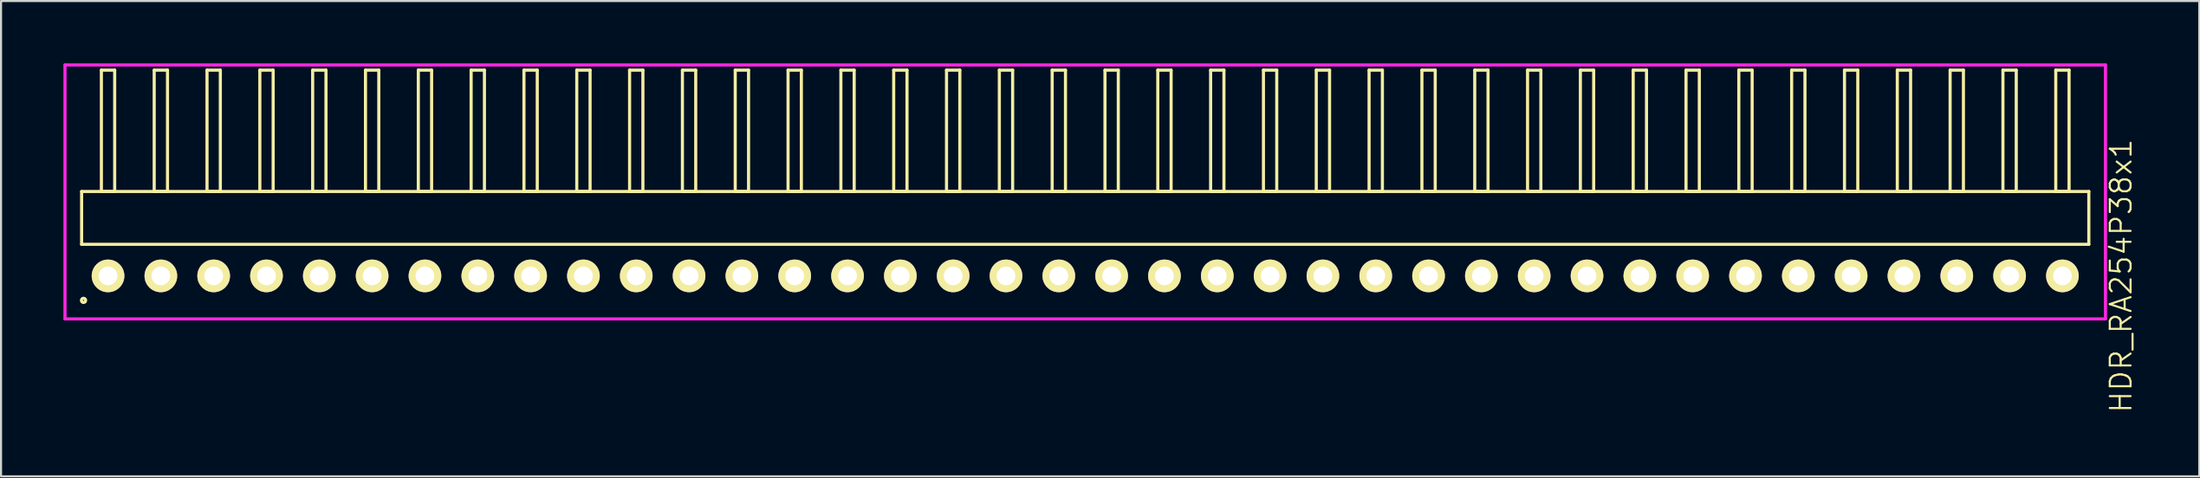
<source format=kicad_pcb>
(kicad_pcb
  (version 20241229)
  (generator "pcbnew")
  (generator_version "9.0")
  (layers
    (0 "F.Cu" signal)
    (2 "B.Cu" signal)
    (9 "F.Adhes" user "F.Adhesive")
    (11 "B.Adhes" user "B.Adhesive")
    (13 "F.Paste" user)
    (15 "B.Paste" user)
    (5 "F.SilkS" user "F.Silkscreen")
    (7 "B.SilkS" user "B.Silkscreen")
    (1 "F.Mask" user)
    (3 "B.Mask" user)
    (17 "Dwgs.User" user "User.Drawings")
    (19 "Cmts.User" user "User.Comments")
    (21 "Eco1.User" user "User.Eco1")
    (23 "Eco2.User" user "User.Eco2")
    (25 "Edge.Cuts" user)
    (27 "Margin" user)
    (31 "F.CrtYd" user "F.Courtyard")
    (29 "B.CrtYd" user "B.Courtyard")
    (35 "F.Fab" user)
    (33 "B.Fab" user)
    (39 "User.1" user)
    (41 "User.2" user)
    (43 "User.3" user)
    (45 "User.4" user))
  (footprint "HDR_RA254P38x1"
    (layer "F.Cu")
    (at 49.135 10.225)
    (property "Reference" "HDR_RA254P38x1" (at 49.81 0 90) (layer "F.SilkS") (effects (font (size 1 1) (thickness 0.1))))
    (attr through_hole)
    (fp_line (start -48.26 -4.06) (end -48.26 -1.52) (stroke (width 0.15) (type solid)) (layer "F.SilkS"))
    (fp_line (start -48.26 -1.52) (end 48.26 -1.52) (stroke (width 0.15) (type solid)) (layer "F.SilkS"))
    (fp_line (start -47.31 -9.9) (end -47.31 -4.06) (stroke (width 0.15) (type solid)) (layer "F.SilkS"))
    (fp_line (start -47.31 -4.06) (end -46.67 -4.06) (stroke (width 0.15) (type solid)) (layer "F.SilkS"))
    (fp_line (start -46.67 -9.9) (end -47.31 -9.9) (stroke (width 0.15) (type solid)) (layer "F.SilkS"))
    (fp_line (start -46.67 -4.06) (end -46.67 -9.9) (stroke (width 0.15) (type solid)) (layer "F.SilkS"))
    (fp_line (start -44.77 -9.9) (end -44.77 -4.06) (stroke (width 0.15) (type solid)) (layer "F.SilkS"))
    (fp_line (start -44.77 -4.06) (end -44.13 -4.06) (stroke (width 0.15) (type solid)) (layer "F.SilkS"))
    (fp_line (start -44.13 -9.9) (end -44.77 -9.9) (stroke (width 0.15) (type solid)) (layer "F.SilkS"))
    (fp_line (start -44.13 -4.06) (end -44.13 -9.9) (stroke (width 0.15) (type solid)) (layer "F.SilkS"))
    (fp_line (start -42.23 -9.9) (end -42.23 -4.06) (stroke (width 0.15) (type solid)) (layer "F.SilkS"))
    (fp_line (start -42.23 -4.06) (end -41.59 -4.06) (stroke (width 0.15) (type solid)) (layer "F.SilkS"))
    (fp_line (start -41.59 -9.9) (end -42.23 -9.9) (stroke (width 0.15) (type solid)) (layer "F.SilkS"))
    (fp_line (start -41.59 -4.06) (end -41.59 -9.9) (stroke (width 0.15) (type solid)) (layer "F.SilkS"))
    (fp_line (start -39.69 -9.9) (end -39.69 -4.06) (stroke (width 0.15) (type solid)) (layer "F.SilkS"))
    (fp_line (start -39.69 -4.06) (end -39.05 -4.06) (stroke (width 0.15) (type solid)) (layer "F.SilkS"))
    (fp_line (start -39.05 -9.9) (end -39.69 -9.9) (stroke (width 0.15) (type solid)) (layer "F.SilkS"))
    (fp_line (start -39.05 -4.06) (end -39.05 -9.9) (stroke (width 0.15) (type solid)) (layer "F.SilkS"))
    (fp_line (start -37.15 -9.9) (end -37.15 -4.06) (stroke (width 0.15) (type solid)) (layer "F.SilkS"))
    (fp_line (start -37.15 -4.06) (end -36.51 -4.06) (stroke (width 0.15) (type solid)) (layer "F.SilkS"))
    (fp_line (start -36.51 -9.9) (end -37.15 -9.9) (stroke (width 0.15) (type solid)) (layer "F.SilkS"))
    (fp_line (start -36.51 -4.06) (end -36.51 -9.9) (stroke (width 0.15) (type solid)) (layer "F.SilkS"))
    (fp_line (start -34.61 -9.9) (end -34.61 -4.06) (stroke (width 0.15) (type solid)) (layer "F.SilkS"))
    (fp_line (start -34.61 -4.06) (end -33.97 -4.06) (stroke (width 0.15) (type solid)) (layer "F.SilkS"))
    (fp_line (start -33.97 -9.9) (end -34.61 -9.9) (stroke (width 0.15) (type solid)) (layer "F.SilkS"))
    (fp_line (start -33.97 -4.06) (end -33.97 -9.9) (stroke (width 0.15) (type solid)) (layer "F.SilkS"))
    (fp_line (start -32.07 -9.9) (end -32.07 -4.06) (stroke (width 0.15) (type solid)) (layer "F.SilkS"))
    (fp_line (start -32.07 -4.06) (end -31.43 -4.06) (stroke (width 0.15) (type solid)) (layer "F.SilkS"))
    (fp_line (start -31.43 -9.9) (end -32.07 -9.9) (stroke (width 0.15) (type solid)) (layer "F.SilkS"))
    (fp_line (start -31.43 -4.06) (end -31.43 -9.9) (stroke (width 0.15) (type solid)) (layer "F.SilkS"))
    (fp_line (start -29.53 -9.9) (end -29.53 -4.06) (stroke (width 0.15) (type solid)) (layer "F.SilkS"))
    (fp_line (start -29.53 -4.06) (end -28.89 -4.06) (stroke (width 0.15) (type solid)) (layer "F.SilkS"))
    (fp_line (start -28.89 -9.9) (end -29.53 -9.9) (stroke (width 0.15) (type solid)) (layer "F.SilkS"))
    (fp_line (start -28.89 -4.06) (end -28.89 -9.9) (stroke (width 0.15) (type solid)) (layer "F.SilkS"))
    (fp_line (start -26.99 -9.9) (end -26.99 -4.06) (stroke (width 0.15) (type solid)) (layer "F.SilkS"))
    (fp_line (start -26.99 -4.06) (end -26.35 -4.06) (stroke (width 0.15) (type solid)) (layer "F.SilkS"))
    (fp_line (start -26.35 -9.9) (end -26.99 -9.9) (stroke (width 0.15) (type solid)) (layer "F.SilkS"))
    (fp_line (start -26.35 -4.06) (end -26.35 -9.9) (stroke (width 0.15) (type solid)) (layer "F.SilkS"))
    (fp_line (start -24.45 -9.9) (end -24.45 -4.06) (stroke (width 0.15) (type solid)) (layer "F.SilkS"))
    (fp_line (start -24.45 -4.06) (end -23.81 -4.06) (stroke (width 0.15) (type solid)) (layer "F.SilkS"))
    (fp_line (start -23.81 -9.9) (end -24.45 -9.9) (stroke (width 0.15) (type solid)) (layer "F.SilkS"))
    (fp_line (start -23.81 -4.06) (end -23.81 -9.9) (stroke (width 0.15) (type solid)) (layer "F.SilkS"))
    (fp_line (start -21.91 -9.9) (end -21.91 -4.06) (stroke (width 0.15) (type solid)) (layer "F.SilkS"))
    (fp_line (start -21.91 -4.06) (end -21.27 -4.06) (stroke (width 0.15) (type solid)) (layer "F.SilkS"))
    (fp_line (start -21.27 -9.9) (end -21.91 -9.9) (stroke (width 0.15) (type solid)) (layer "F.SilkS"))
    (fp_line (start -21.27 -4.06) (end -21.27 -9.9) (stroke (width 0.15) (type solid)) (layer "F.SilkS"))
    (fp_line (start -19.37 -9.9) (end -19.37 -4.06) (stroke (width 0.15) (type solid)) (layer "F.SilkS"))
    (fp_line (start -19.37 -4.06) (end -18.73 -4.06) (stroke (width 0.15) (type solid)) (layer "F.SilkS"))
    (fp_line (start -18.73 -9.9) (end -19.37 -9.9) (stroke (width 0.15) (type solid)) (layer "F.SilkS"))
    (fp_line (start -18.73 -4.06) (end -18.73 -9.9) (stroke (width 0.15) (type solid)) (layer "F.SilkS"))
    (fp_line (start -16.83 -9.9) (end -16.83 -4.06) (stroke (width 0.15) (type solid)) (layer "F.SilkS"))
    (fp_line (start -16.83 -4.06) (end -16.19 -4.06) (stroke (width 0.15) (type solid)) (layer "F.SilkS"))
    (fp_line (start -16.19 -9.9) (end -16.83 -9.9) (stroke (width 0.15) (type solid)) (layer "F.SilkS"))
    (fp_line (start -16.19 -4.06) (end -16.19 -9.9) (stroke (width 0.15) (type solid)) (layer "F.SilkS"))
    (fp_line (start -14.29 -9.9) (end -14.29 -4.06) (stroke (width 0.15) (type solid)) (layer "F.SilkS"))
    (fp_line (start -14.29 -4.06) (end -13.65 -4.06) (stroke (width 0.15) (type solid)) (layer "F.SilkS"))
    (fp_line (start -13.65 -9.9) (end -14.29 -9.9) (stroke (width 0.15) (type solid)) (layer "F.SilkS"))
    (fp_line (start -13.65 -4.06) (end -13.65 -9.9) (stroke (width 0.15) (type solid)) (layer "F.SilkS"))
    (fp_line (start -11.75 -9.9) (end -11.75 -4.06) (stroke (width 0.15) (type solid)) (layer "F.SilkS"))
    (fp_line (start -11.75 -4.06) (end -11.11 -4.06) (stroke (width 0.15) (type solid)) (layer "F.SilkS"))
    (fp_line (start -11.11 -9.9) (end -11.75 -9.9) (stroke (width 0.15) (type solid)) (layer "F.SilkS"))
    (fp_line (start -11.11 -4.06) (end -11.11 -9.9) (stroke (width 0.15) (type solid)) (layer "F.SilkS"))
    (fp_line (start -9.21 -9.9) (end -9.21 -4.06) (stroke (width 0.15) (type solid)) (layer "F.SilkS"))
    (fp_line (start -9.21 -4.06) (end -8.57 -4.06) (stroke (width 0.15) (type solid)) (layer "F.SilkS"))
    (fp_line (start -8.57 -9.9) (end -9.21 -9.9) (stroke (width 0.15) (type solid)) (layer "F.SilkS"))
    (fp_line (start -8.57 -4.06) (end -8.57 -9.9) (stroke (width 0.15) (type solid)) (layer "F.SilkS"))
    (fp_line (start -6.67 -9.9) (end -6.67 -4.06) (stroke (width 0.15) (type solid)) (layer "F.SilkS"))
    (fp_line (start -6.67 -4.06) (end -6.03 -4.06) (stroke (width 0.15) (type solid)) (layer "F.SilkS"))
    (fp_line (start -6.03 -9.9) (end -6.67 -9.9) (stroke (width 0.15) (type solid)) (layer "F.SilkS"))
    (fp_line (start -6.03 -4.06) (end -6.03 -9.9) (stroke (width 0.15) (type solid)) (layer "F.SilkS"))
    (fp_line (start -4.13 -9.9) (end -4.13 -4.06) (stroke (width 0.15) (type solid)) (layer "F.SilkS"))
    (fp_line (start -4.13 -4.06) (end -3.49 -4.06) (stroke (width 0.15) (type solid)) (layer "F.SilkS"))
    (fp_line (start -3.49 -9.9) (end -4.13 -9.9) (stroke (width 0.15) (type solid)) (layer "F.SilkS"))
    (fp_line (start -3.49 -4.06) (end -3.49 -9.9) (stroke (width 0.15) (type solid)) (layer "F.SilkS"))
    (fp_line (start -1.59 -9.9) (end -1.59 -4.06) (stroke (width 0.15) (type solid)) (layer "F.SilkS"))
    (fp_line (start -1.59 -4.06) (end -0.95 -4.06) (stroke (width 0.15) (type solid)) (layer "F.SilkS"))
    (fp_line (start -0.95 -9.9) (end -1.59 -9.9) (stroke (width 0.15) (type solid)) (layer "F.SilkS"))
    (fp_line (start -0.95 -4.06) (end -0.95 -9.9) (stroke (width 0.15) (type solid)) (layer "F.SilkS"))
    (fp_line (start 0.95 -9.9) (end 0.95 -4.06) (stroke (width 0.15) (type solid)) (layer "F.SilkS"))
    (fp_line (start 0.95 -4.06) (end 1.59 -4.06) (stroke (width 0.15) (type solid)) (layer "F.SilkS"))
    (fp_line (start 1.59 -9.9) (end 0.95 -9.9) (stroke (width 0.15) (type solid)) (layer "F.SilkS"))
    (fp_line (start 1.59 -4.06) (end 1.59 -9.9) (stroke (width 0.15) (type solid)) (layer "F.SilkS"))
    (fp_line (start 3.49 -9.9) (end 3.49 -4.06) (stroke (width 0.15) (type solid)) (layer "F.SilkS"))
    (fp_line (start 3.49 -4.06) (end 4.13 -4.06) (stroke (width 0.15) (type solid)) (layer "F.SilkS"))
    (fp_line (start 4.13 -9.9) (end 3.49 -9.9) (stroke (width 0.15) (type solid)) (layer "F.SilkS"))
    (fp_line (start 4.13 -4.06) (end 4.13 -9.9) (stroke (width 0.15) (type solid)) (layer "F.SilkS"))
    (fp_line (start 6.03 -9.9) (end 6.03 -4.06) (stroke (width 0.15) (type solid)) (layer "F.SilkS"))
    (fp_line (start 6.03 -4.06) (end 6.67 -4.06) (stroke (width 0.15) (type solid)) (layer "F.SilkS"))
    (fp_line (start 6.67 -9.9) (end 6.03 -9.9) (stroke (width 0.15) (type solid)) (layer "F.SilkS"))
    (fp_line (start 6.67 -4.06) (end 6.67 -9.9) (stroke (width 0.15) (type solid)) (layer "F.SilkS"))
    (fp_line (start 8.57 -9.9) (end 8.57 -4.06) (stroke (width 0.15) (type solid)) (layer "F.SilkS"))
    (fp_line (start 8.57 -4.06) (end 9.21 -4.06) (stroke (width 0.15) (type solid)) (layer "F.SilkS"))
    (fp_line (start 9.21 -9.9) (end 8.57 -9.9) (stroke (width 0.15) (type solid)) (layer "F.SilkS"))
    (fp_line (start 9.21 -4.06) (end 9.21 -9.9) (stroke (width 0.15) (type solid)) (layer "F.SilkS"))
    (fp_line (start 11.11 -9.9) (end 11.11 -4.06) (stroke (width 0.15) (type solid)) (layer "F.SilkS"))
    (fp_line (start 11.11 -4.06) (end 11.75 -4.06) (stroke (width 0.15) (type solid)) (layer "F.SilkS"))
    (fp_line (start 11.75 -9.9) (end 11.11 -9.9) (stroke (width 0.15) (type solid)) (layer "F.SilkS"))
    (fp_line (start 11.75 -4.06) (end 11.75 -9.9) (stroke (width 0.15) (type solid)) (layer "F.SilkS"))
    (fp_line (start 13.65 -9.9) (end 13.65 -4.06) (stroke (width 0.15) (type solid)) (layer "F.SilkS"))
    (fp_line (start 13.65 -4.06) (end 14.29 -4.06) (stroke (width 0.15) (type solid)) (layer "F.SilkS"))
    (fp_line (start 14.29 -9.9) (end 13.65 -9.9) (stroke (width 0.15) (type solid)) (layer "F.SilkS"))
    (fp_line (start 14.29 -4.06) (end 14.29 -9.9) (stroke (width 0.15) (type solid)) (layer "F.SilkS"))
    (fp_line (start 16.19 -9.9) (end 16.19 -4.06) (stroke (width 0.15) (type solid)) (layer "F.SilkS"))
    (fp_line (start 16.19 -4.06) (end 16.83 -4.06) (stroke (width 0.15) (type solid)) (layer "F.SilkS"))
    (fp_line (start 16.83 -9.9) (end 16.19 -9.9) (stroke (width 0.15) (type solid)) (layer "F.SilkS"))
    (fp_line (start 16.83 -4.06) (end 16.83 -9.9) (stroke (width 0.15) (type solid)) (layer "F.SilkS"))
    (fp_line (start 18.73 -9.9) (end 18.73 -4.06) (stroke (width 0.15) (type solid)) (layer "F.SilkS"))
    (fp_line (start 18.73 -4.06) (end 19.37 -4.06) (stroke (width 0.15) (type solid)) (layer "F.SilkS"))
    (fp_line (start 19.37 -9.9) (end 18.73 -9.9) (stroke (width 0.15) (type solid)) (layer "F.SilkS"))
    (fp_line (start 19.37 -4.06) (end 19.37 -9.9) (stroke (width 0.15) (type solid)) (layer "F.SilkS"))
    (fp_line (start 21.27 -9.9) (end 21.27 -4.06) (stroke (width 0.15) (type solid)) (layer "F.SilkS"))
    (fp_line (start 21.27 -4.06) (end 21.91 -4.06) (stroke (width 0.15) (type solid)) (layer "F.SilkS"))
    (fp_line (start 21.91 -9.9) (end 21.27 -9.9) (stroke (width 0.15) (type solid)) (layer "F.SilkS"))
    (fp_line (start 21.91 -4.06) (end 21.91 -9.9) (stroke (width 0.15) (type solid)) (layer "F.SilkS"))
    (fp_line (start 23.81 -9.9) (end 23.81 -4.06) (stroke (width 0.15) (type solid)) (layer "F.SilkS"))
    (fp_line (start 23.81 -4.06) (end 24.45 -4.06) (stroke (width 0.15) (type solid)) (layer "F.SilkS"))
    (fp_line (start 24.45 -9.9) (end 23.81 -9.9) (stroke (width 0.15) (type solid)) (layer "F.SilkS"))
    (fp_line (start 24.45 -4.06) (end 24.45 -9.9) (stroke (width 0.15) (type solid)) (layer "F.SilkS"))
    (fp_line (start 26.35 -9.9) (end 26.35 -4.06) (stroke (width 0.15) (type solid)) (layer "F.SilkS"))
    (fp_line (start 26.35 -4.06) (end 26.99 -4.06) (stroke (width 0.15) (type solid)) (layer "F.SilkS"))
    (fp_line (start 26.99 -9.9) (end 26.35 -9.9) (stroke (width 0.15) (type solid)) (layer "F.SilkS"))
    (fp_line (start 26.99 -4.06) (end 26.99 -9.9) (stroke (width 0.15) (type solid)) (layer "F.SilkS"))
    (fp_line (start 28.89 -9.9) (end 28.89 -4.06) (stroke (width 0.15) (type solid)) (layer "F.SilkS"))
    (fp_line (start 28.89 -4.06) (end 29.53 -4.06) (stroke (width 0.15) (type solid)) (layer "F.SilkS"))
    (fp_line (start 29.53 -9.9) (end 28.89 -9.9) (stroke (width 0.15) (type solid)) (layer "F.SilkS"))
    (fp_line (start 29.53 -4.06) (end 29.53 -9.9) (stroke (width 0.15) (type solid)) (layer "F.SilkS"))
    (fp_line (start 31.43 -9.9) (end 31.43 -4.06) (stroke (width 0.15) (type solid)) (layer "F.SilkS"))
    (fp_line (start 31.43 -4.06) (end 32.07 -4.06) (stroke (width 0.15) (type solid)) (layer "F.SilkS"))
    (fp_line (start 32.07 -9.9) (end 31.43 -9.9) (stroke (width 0.15) (type solid)) (layer "F.SilkS"))
    (fp_line (start 32.07 -4.06) (end 32.07 -9.9) (stroke (width 0.15) (type solid)) (layer "F.SilkS"))
    (fp_line (start 33.97 -9.9) (end 33.97 -4.06) (stroke (width 0.15) (type solid)) (layer "F.SilkS"))
    (fp_line (start 33.97 -4.06) (end 34.61 -4.06) (stroke (width 0.15) (type solid)) (layer "F.SilkS"))
    (fp_line (start 34.61 -9.9) (end 33.97 -9.9) (stroke (width 0.15) (type solid)) (layer "F.SilkS"))
    (fp_line (start 34.61 -4.06) (end 34.61 -9.9) (stroke (width 0.15) (type solid)) (layer "F.SilkS"))
    (fp_line (start 36.51 -9.9) (end 36.51 -4.06) (stroke (width 0.15) (type solid)) (layer "F.SilkS"))
    (fp_line (start 36.51 -4.06) (end 37.15 -4.06) (stroke (width 0.15) (type solid)) (layer "F.SilkS"))
    (fp_line (start 37.15 -9.9) (end 36.51 -9.9) (stroke (width 0.15) (type solid)) (layer "F.SilkS"))
    (fp_line (start 37.15 -4.06) (end 37.15 -9.9) (stroke (width 0.15) (type solid)) (layer "F.SilkS"))
    (fp_line (start 39.05 -9.9) (end 39.05 -4.06) (stroke (width 0.15) (type solid)) (layer "F.SilkS"))
    (fp_line (start 39.05 -4.06) (end 39.69 -4.06) (stroke (width 0.15) (type solid)) (layer "F.SilkS"))
    (fp_line (start 39.69 -9.9) (end 39.05 -9.9) (stroke (width 0.15) (type solid)) (layer "F.SilkS"))
    (fp_line (start 39.69 -4.06) (end 39.69 -9.9) (stroke (width 0.15) (type solid)) (layer "F.SilkS"))
    (fp_line (start 41.59 -9.9) (end 41.59 -4.06) (stroke (width 0.15) (type solid)) (layer "F.SilkS"))
    (fp_line (start 41.59 -4.06) (end 42.23 -4.06) (stroke (width 0.15) (type solid)) (layer "F.SilkS"))
    (fp_line (start 42.23 -9.9) (end 41.59 -9.9) (stroke (width 0.15) (type solid)) (layer "F.SilkS"))
    (fp_line (start 42.23 -4.06) (end 42.23 -9.9) (stroke (width 0.15) (type solid)) (layer "F.SilkS"))
    (fp_line (start 44.13 -9.9) (end 44.13 -4.06) (stroke (width 0.15) (type solid)) (layer "F.SilkS"))
    (fp_line (start 44.13 -4.06) (end 44.77 -4.06) (stroke (width 0.15) (type solid)) (layer "F.SilkS"))
    (fp_line (start 44.77 -9.9) (end 44.13 -9.9) (stroke (width 0.15) (type solid)) (layer "F.SilkS"))
    (fp_line (start 44.77 -4.06) (end 44.77 -9.9) (stroke (width 0.15) (type solid)) (layer "F.SilkS"))
    (fp_line (start 46.67 -9.9) (end 46.67 -4.06) (stroke (width 0.15) (type solid)) (layer "F.SilkS"))
    (fp_line (start 46.67 -4.06) (end 47.31 -4.06) (stroke (width 0.15) (type solid)) (layer "F.SilkS"))
    (fp_line (start 47.31 -9.9) (end 46.67 -9.9) (stroke (width 0.15) (type solid)) (layer "F.SilkS"))
    (fp_line (start 47.31 -4.06) (end 47.31 -9.9) (stroke (width 0.15) (type solid)) (layer "F.SilkS"))
    (fp_line (start 48.26 -4.06) (end -48.26 -4.06) (stroke (width 0.15) (type solid)) (layer "F.SilkS"))
    (fp_line (start 48.26 -1.52) (end 48.26 -4.06) (stroke (width 0.15) (type solid)) (layer "F.SilkS"))
    (fp_circle (center -48.168 1.178) (end -48.067 1.178) (stroke (width 0.15) (type solid)) (fill no) (layer "F.SilkS"))
    (fp_line (start -49.06 -10.15) (end -49.06 2.07) (stroke (width 0.15) (type solid)) (layer "F.CrtYd"))
    (fp_line (start -49.06 2.07) (end 49.06 2.07) (stroke (width 0.15) (type solid)) (layer "F.CrtYd"))
    (fp_line (start 49.06 -10.15) (end -49.06 -10.15) (stroke (width 0.15) (type solid)) (layer "F.CrtYd"))
    (fp_line (start 49.06 2.07) (end 49.06 -10.15) (stroke (width 0.15) (type solid)) (layer "F.CrtYd"))
    (pad "1" thru_hole oval (at -46.99 0) (size 1.57 1.57) (drill 0.9) (layers "*.Cu" "*.Mask" "F.SilkS"))
    (pad "2" thru_hole oval (at -44.45 0) (size 1.57 1.57) (drill 0.9) (layers "*.Cu" "*.Mask" "F.SilkS"))
    (pad "3" thru_hole oval (at -41.91 0) (size 1.57 1.57) (drill 0.9) (layers "*.Cu" "*.Mask" "F.SilkS"))
    (pad "4" thru_hole oval (at -39.37 0) (size 1.57 1.57) (drill 0.9) (layers "*.Cu" "*.Mask" "F.SilkS"))
    (pad "5" thru_hole oval (at -36.83 0) (size 1.57 1.57) (drill 0.9) (layers "*.Cu" "*.Mask" "F.SilkS"))
    (pad "6" thru_hole oval (at -34.29 0) (size 1.57 1.57) (drill 0.9) (layers "*.Cu" "*.Mask" "F.SilkS"))
    (pad "7" thru_hole oval (at -31.75 0) (size 1.57 1.57) (drill 0.9) (layers "*.Cu" "*.Mask" "F.SilkS"))
    (pad "8" thru_hole oval (at -29.21 0) (size 1.57 1.57) (drill 0.9) (layers "*.Cu" "*.Mask" "F.SilkS"))
    (pad "9" thru_hole oval (at -26.67 0) (size 1.57 1.57) (drill 0.9) (layers "*.Cu" "*.Mask" "F.SilkS"))
    (pad "10" thru_hole oval (at -24.13 0) (size 1.57 1.57) (drill 0.9) (layers "*.Cu" "*.Mask" "F.SilkS"))
    (pad "11" thru_hole oval (at -21.59 0) (size 1.57 1.57) (drill 0.9) (layers "*.Cu" "*.Mask" "F.SilkS"))
    (pad "12" thru_hole oval (at -19.05 0) (size 1.57 1.57) (drill 0.9) (layers "*.Cu" "*.Mask" "F.SilkS"))
    (pad "13" thru_hole oval (at -16.51 0) (size 1.57 1.57) (drill 0.9) (layers "*.Cu" "*.Mask" "F.SilkS"))
    (pad "14" thru_hole oval (at -13.97 0) (size 1.57 1.57) (drill 0.9) (layers "*.Cu" "*.Mask" "F.SilkS"))
    (pad "15" thru_hole oval (at -11.43 0) (size 1.57 1.57) (drill 0.9) (layers "*.Cu" "*.Mask" "F.SilkS"))
    (pad "16" thru_hole oval (at -8.89 0) (size 1.57 1.57) (drill 0.9) (layers "*.Cu" "*.Mask" "F.SilkS"))
    (pad "17" thru_hole oval (at -6.35 0) (size 1.57 1.57) (drill 0.9) (layers "*.Cu" "*.Mask" "F.SilkS"))
    (pad "18" thru_hole oval (at -3.81 0) (size 1.57 1.57) (drill 0.9) (layers "*.Cu" "*.Mask" "F.SilkS"))
    (pad "19" thru_hole oval (at -1.27 0) (size 1.57 1.57) (drill 0.9) (layers "*.Cu" "*.Mask" "F.SilkS"))
    (pad "20" thru_hole oval (at 1.27 0) (size 1.57 1.57) (drill 0.9) (layers "*.Cu" "*.Mask" "F.SilkS"))
    (pad "21" thru_hole oval (at 3.81 0) (size 1.57 1.57) (drill 0.9) (layers "*.Cu" "*.Mask" "F.SilkS"))
    (pad "22" thru_hole oval (at 6.35 0) (size 1.57 1.57) (drill 0.9) (layers "*.Cu" "*.Mask" "F.SilkS"))
    (pad "23" thru_hole oval (at 8.89 0) (size 1.57 1.57) (drill 0.9) (layers "*.Cu" "*.Mask" "F.SilkS"))
    (pad "24" thru_hole oval (at 11.43 0) (size 1.57 1.57) (drill 0.9) (layers "*.Cu" "*.Mask" "F.SilkS"))
    (pad "25" thru_hole oval (at 13.97 0) (size 1.57 1.57) (drill 0.9) (layers "*.Cu" "*.Mask" "F.SilkS"))
    (pad "26" thru_hole oval (at 16.51 0) (size 1.57 1.57) (drill 0.9) (layers "*.Cu" "*.Mask" "F.SilkS"))
    (pad "27" thru_hole oval (at 19.05 0) (size 1.57 1.57) (drill 0.9) (layers "*.Cu" "*.Mask" "F.SilkS"))
    (pad "28" thru_hole oval (at 21.59 0) (size 1.57 1.57) (drill 0.9) (layers "*.Cu" "*.Mask" "F.SilkS"))
    (pad "29" thru_hole oval (at 24.13 0) (size 1.57 1.57) (drill 0.9) (layers "*.Cu" "*.Mask" "F.SilkS"))
    (pad "30" thru_hole oval (at 26.67 0) (size 1.57 1.57) (drill 0.9) (layers "*.Cu" "*.Mask" "F.SilkS"))
    (pad "31" thru_hole oval (at 29.21 0) (size 1.57 1.57) (drill 0.9) (layers "*.Cu" "*.Mask" "F.SilkS"))
    (pad "32" thru_hole oval (at 31.75 0) (size 1.57 1.57) (drill 0.9) (layers "*.Cu" "*.Mask" "F.SilkS"))
    (pad "33" thru_hole oval (at 34.29 0) (size 1.57 1.57) (drill 0.9) (layers "*.Cu" "*.Mask" "F.SilkS"))
    (pad "34" thru_hole oval (at 36.83 0) (size 1.57 1.57) (drill 0.9) (layers "*.Cu" "*.Mask" "F.SilkS"))
    (pad "35" thru_hole oval (at 39.37 0) (size 1.57 1.57) (drill 0.9) (layers "*.Cu" "*.Mask" "F.SilkS"))
    (pad "36" thru_hole oval (at 41.91 0) (size 1.57 1.57) (drill 0.9) (layers "*.Cu" "*.Mask" "F.SilkS"))
    (pad "37" thru_hole oval (at 44.45 0) (size 1.57 1.57) (drill 0.9) (layers "*.Cu" "*.Mask" "F.SilkS"))
    (pad "38" thru_hole oval (at 46.99 0) (size 1.57 1.57) (drill 0.9) (layers "*.Cu" "*.Mask" "F.SilkS")))
  (gr_rect
    (start -3 -3)
    (end 102.706 19.87)
    (stroke (width 0.1) (type default))
    (fill no)
    (layer "Edge.Cuts")))
</source>
